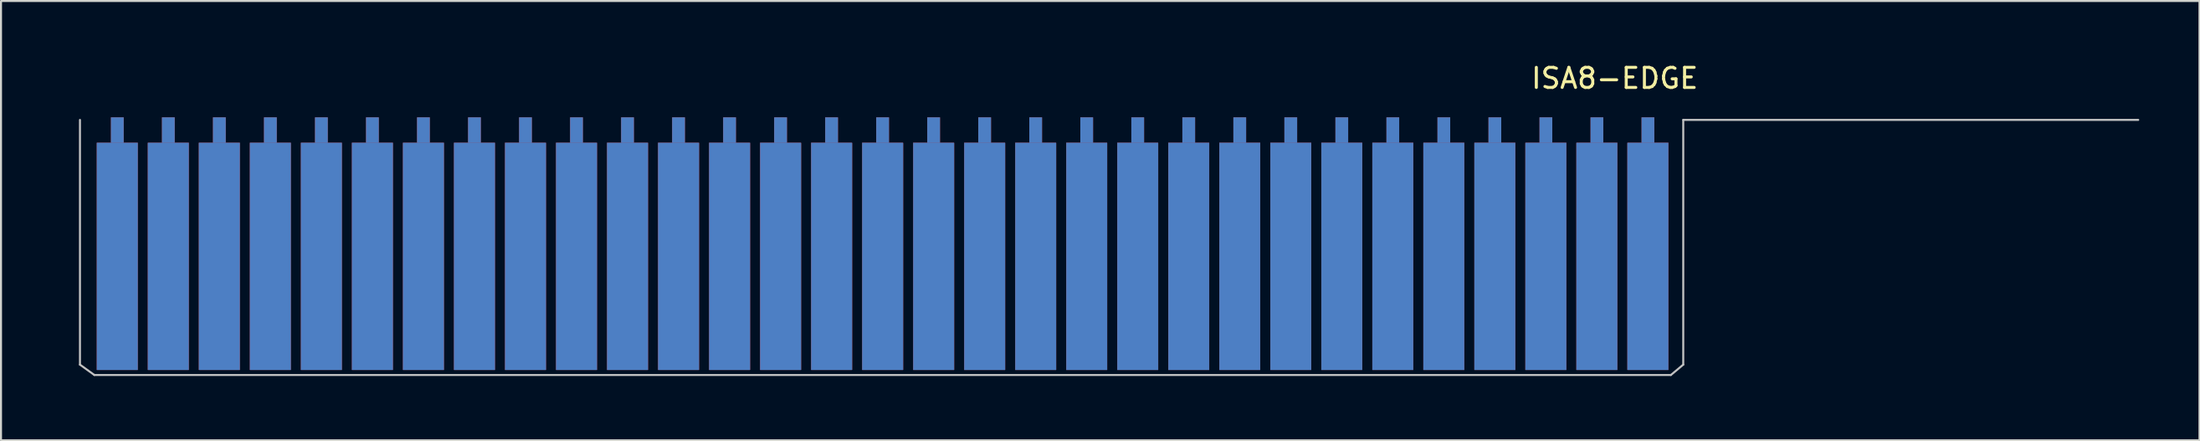
<source format=kicad_pcb>
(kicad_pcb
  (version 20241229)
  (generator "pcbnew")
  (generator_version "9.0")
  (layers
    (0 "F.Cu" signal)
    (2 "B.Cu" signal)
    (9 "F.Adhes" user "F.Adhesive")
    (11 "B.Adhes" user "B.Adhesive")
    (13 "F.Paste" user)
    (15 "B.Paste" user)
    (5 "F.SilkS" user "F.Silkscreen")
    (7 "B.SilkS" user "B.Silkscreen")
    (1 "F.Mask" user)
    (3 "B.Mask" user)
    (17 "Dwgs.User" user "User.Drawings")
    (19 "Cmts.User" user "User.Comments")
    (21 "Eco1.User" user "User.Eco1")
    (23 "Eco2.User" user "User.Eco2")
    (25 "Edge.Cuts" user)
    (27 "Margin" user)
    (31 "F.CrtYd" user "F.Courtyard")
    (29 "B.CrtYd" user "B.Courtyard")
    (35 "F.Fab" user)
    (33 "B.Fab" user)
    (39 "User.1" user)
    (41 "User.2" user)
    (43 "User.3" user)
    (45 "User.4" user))
  (footprint "ISA8-EDGE"
    (layer "F.Cu")
    (at 0.25 15.619)
    (property "Reference" "ISA8-EDGE" (at 77.089 -14.771 0) (layer "F.SilkS") (effects (font (size 1 1) (thickness 0.15))))
    (attr smd)
    (fp_poly (pts (xy 1.524 -11.557) (xy 3.556 -11.557) (xy 3.556 -0.254) (xy 1.524 -0.254)) (stroke (width 0.01) (type solid)) (fill yes) (layer "F.Cu"))
    (fp_poly (pts (xy 4.064 -11.557) (xy 6.096 -11.557) (xy 6.096 -0.254) (xy 4.064 -0.254)) (stroke (width 0.01) (type solid)) (fill yes) (layer "F.Cu"))
    (fp_poly (pts (xy 6.604 -11.557) (xy 8.636 -11.557) (xy 8.636 -0.254) (xy 6.604 -0.254)) (stroke (width 0.01) (type solid)) (fill yes) (layer "F.Cu"))
    (fp_poly (pts (xy 9.144 -11.557) (xy 11.176 -11.557) (xy 11.176 -0.254) (xy 9.144 -0.254)) (stroke (width 0.01) (type solid)) (fill yes) (layer "F.Cu"))
    (fp_poly (pts (xy 11.684 -11.557) (xy 13.716 -11.557) (xy 13.716 -0.254) (xy 11.684 -0.254)) (stroke (width 0.01) (type solid)) (fill yes) (layer "F.Cu"))
    (fp_poly (pts (xy 14.224 -11.557) (xy 16.256 -11.557) (xy 16.256 -0.254) (xy 14.224 -0.254)) (stroke (width 0.01) (type solid)) (fill yes) (layer "F.Cu"))
    (fp_poly (pts (xy 16.764 -11.557) (xy 18.796 -11.557) (xy 18.796 -0.254) (xy 16.764 -0.254)) (stroke (width 0.01) (type solid)) (fill yes) (layer "F.Cu"))
    (fp_poly (pts (xy 19.304 -11.557) (xy 21.336 -11.557) (xy 21.336 -0.254) (xy 19.304 -0.254)) (stroke (width 0.01) (type solid)) (fill yes) (layer "F.Cu"))
    (fp_poly (pts (xy 21.844 -11.557) (xy 23.876 -11.557) (xy 23.876 -0.254) (xy 21.844 -0.254)) (stroke (width 0.01) (type solid)) (fill yes) (layer "F.Cu"))
    (fp_poly (pts (xy 24.384 -11.557) (xy 26.416 -11.557) (xy 26.416 -0.254) (xy 24.384 -0.254)) (stroke (width 0.01) (type solid)) (fill yes) (layer "F.Cu"))
    (fp_poly (pts (xy 26.924 -11.557) (xy 28.956 -11.557) (xy 28.956 -0.254) (xy 26.924 -0.254)) (stroke (width 0.01) (type solid)) (fill yes) (layer "F.Cu"))
    (fp_poly (pts (xy 29.464 -11.557) (xy 31.496 -11.557) (xy 31.496 -0.254) (xy 29.464 -0.254)) (stroke (width 0.01) (type solid)) (fill yes) (layer "F.Cu"))
    (fp_poly (pts (xy 32.004 -11.557) (xy 34.036 -11.557) (xy 34.036 -0.254) (xy 32.004 -0.254)) (stroke (width 0.01) (type solid)) (fill yes) (layer "F.Cu"))
    (fp_poly (pts (xy 34.544 -11.557) (xy 36.576 -11.557) (xy 36.576 -0.254) (xy 34.544 -0.254)) (stroke (width 0.01) (type solid)) (fill yes) (layer "F.Cu"))
    (fp_poly (pts (xy 37.084 -11.557) (xy 39.116 -11.557) (xy 39.116 -0.254) (xy 37.084 -0.254)) (stroke (width 0.01) (type solid)) (fill yes) (layer "F.Cu"))
    (fp_poly (pts (xy 39.624 -11.557) (xy 41.656 -11.557) (xy 41.656 -0.254) (xy 39.624 -0.254)) (stroke (width 0.01) (type solid)) (fill yes) (layer "F.Cu"))
    (fp_poly (pts (xy 42.164 -11.557) (xy 44.196 -11.557) (xy 44.196 -0.254) (xy 42.164 -0.254)) (stroke (width 0.01) (type solid)) (fill yes) (layer "F.Cu"))
    (fp_poly (pts (xy 44.704 -11.557) (xy 46.736 -11.557) (xy 46.736 -0.254) (xy 44.704 -0.254)) (stroke (width 0.01) (type solid)) (fill yes) (layer "F.Cu"))
    (fp_poly (pts (xy 47.244 -11.557) (xy 49.276 -11.557) (xy 49.276 -0.254) (xy 47.244 -0.254)) (stroke (width 0.01) (type solid)) (fill yes) (layer "F.Cu"))
    (fp_poly (pts (xy 49.784 -11.557) (xy 51.816 -11.557) (xy 51.816 -0.254) (xy 49.784 -0.254)) (stroke (width 0.01) (type solid)) (fill yes) (layer "F.Cu"))
    (fp_poly (pts (xy 52.324 -11.557) (xy 54.356 -11.557) (xy 54.356 -0.254) (xy 52.324 -0.254)) (stroke (width 0.01) (type solid)) (fill yes) (layer "F.Cu"))
    (fp_poly (pts (xy 54.864 -11.557) (xy 56.896 -11.557) (xy 56.896 -0.254) (xy 54.864 -0.254)) (stroke (width 0.01) (type solid)) (fill yes) (layer "F.Cu"))
    (fp_poly (pts (xy 57.404 -11.557) (xy 59.436 -11.557) (xy 59.436 -0.254) (xy 57.404 -0.254)) (stroke (width 0.01) (type solid)) (fill yes) (layer "F.Cu"))
    (fp_poly (pts (xy 59.944 -11.557) (xy 61.976 -11.557) (xy 61.976 -0.254) (xy 59.944 -0.254)) (stroke (width 0.01) (type solid)) (fill yes) (layer "F.Cu"))
    (fp_poly (pts (xy 62.484 -11.557) (xy 64.516 -11.557) (xy 64.516 -0.254) (xy 62.484 -0.254)) (stroke (width 0.01) (type solid)) (fill yes) (layer "F.Cu"))
    (fp_poly (pts (xy 65.024 -11.557) (xy 67.056 -11.557) (xy 67.056 -0.254) (xy 65.024 -0.254)) (stroke (width 0.01) (type solid)) (fill yes) (layer "F.Cu"))
    (fp_poly (pts (xy 67.564 -11.557) (xy 69.596 -11.557) (xy 69.596 -0.254) (xy 67.564 -0.254)) (stroke (width 0.01) (type solid)) (fill yes) (layer "F.Cu"))
    (fp_poly (pts (xy 70.104 -11.557) (xy 72.136 -11.557) (xy 72.136 -0.254) (xy 70.104 -0.254)) (stroke (width 0.01) (type solid)) (fill yes) (layer "F.Cu"))
    (fp_poly (pts (xy 72.644 -11.557) (xy 74.676 -11.557) (xy 74.676 -0.254) (xy 72.644 -0.254)) (stroke (width 0.01) (type solid)) (fill yes) (layer "F.Cu"))
    (fp_poly (pts (xy 75.184 -11.557) (xy 77.216 -11.557) (xy 77.216 -0.254) (xy 75.184 -0.254)) (stroke (width 0.01) (type solid)) (fill yes) (layer "F.Cu"))
    (fp_poly (pts (xy 77.724 -11.557) (xy 79.756 -11.557) (xy 79.756 -0.254) (xy 77.724 -0.254)) (stroke (width 0.01) (type solid)) (fill yes) (layer "F.Cu"))
    (fp_poly (pts (xy 0.68 -11.557) (xy 80.5 -11.557) (xy 80.5 0) (xy 0.68 0)) (stroke (width 0.01) (type solid)) (fill yes) (layer "F.Mask"))
    (fp_poly (pts (xy 1.524 -11.557) (xy 3.556 -11.557) (xy 3.556 -0.254) (xy 1.524 -0.254)) (stroke (width 0.01) (type solid)) (fill yes) (layer "B.Cu"))
    (fp_poly (pts (xy 4.064 -11.557) (xy 6.096 -11.557) (xy 6.096 -0.254) (xy 4.064 -0.254)) (stroke (width 0.01) (type solid)) (fill yes) (layer "B.Cu"))
    (fp_poly (pts (xy 6.604 -11.557) (xy 8.636 -11.557) (xy 8.636 -0.254) (xy 6.604 -0.254)) (stroke (width 0.01) (type solid)) (fill yes) (layer "B.Cu"))
    (fp_poly (pts (xy 9.144 -11.557) (xy 11.176 -11.557) (xy 11.176 -0.254) (xy 9.144 -0.254)) (stroke (width 0.01) (type solid)) (fill yes) (layer "B.Cu"))
    (fp_poly (pts (xy 11.684 -11.557) (xy 13.716 -11.557) (xy 13.716 -0.254) (xy 11.684 -0.254)) (stroke (width 0.01) (type solid)) (fill yes) (layer "B.Cu"))
    (fp_poly (pts (xy 14.224 -11.557) (xy 16.256 -11.557) (xy 16.256 -0.254) (xy 14.224 -0.254)) (stroke (width 0.01) (type solid)) (fill yes) (layer "B.Cu"))
    (fp_poly (pts (xy 16.764 -11.557) (xy 18.796 -11.557) (xy 18.796 -0.254) (xy 16.764 -0.254)) (stroke (width 0.01) (type solid)) (fill yes) (layer "B.Cu"))
    (fp_poly (pts (xy 19.304 -11.557) (xy 21.336 -11.557) (xy 21.336 -0.254) (xy 19.304 -0.254)) (stroke (width 0.01) (type solid)) (fill yes) (layer "B.Cu"))
    (fp_poly (pts (xy 21.844 -11.557) (xy 23.876 -11.557) (xy 23.876 -0.254) (xy 21.844 -0.254)) (stroke (width 0.01) (type solid)) (fill yes) (layer "B.Cu"))
    (fp_poly (pts (xy 24.384 -11.557) (xy 26.416 -11.557) (xy 26.416 -0.254) (xy 24.384 -0.254)) (stroke (width 0.01) (type solid)) (fill yes) (layer "B.Cu"))
    (fp_poly (pts (xy 26.924 -11.557) (xy 28.956 -11.557) (xy 28.956 -0.254) (xy 26.924 -0.254)) (stroke (width 0.01) (type solid)) (fill yes) (layer "B.Cu"))
    (fp_poly (pts (xy 29.464 -11.557) (xy 31.496 -11.557) (xy 31.496 -0.254) (xy 29.464 -0.254)) (stroke (width 0.01) (type solid)) (fill yes) (layer "B.Cu"))
    (fp_poly (pts (xy 32.004 -11.557) (xy 34.036 -11.557) (xy 34.036 -0.254) (xy 32.004 -0.254)) (stroke (width 0.01) (type solid)) (fill yes) (layer "B.Cu"))
    (fp_poly (pts (xy 34.544 -11.557) (xy 36.576 -11.557) (xy 36.576 -0.254) (xy 34.544 -0.254)) (stroke (width 0.01) (type solid)) (fill yes) (layer "B.Cu"))
    (fp_poly (pts (xy 37.084 -11.557) (xy 39.116 -11.557) (xy 39.116 -0.254) (xy 37.084 -0.254)) (stroke (width 0.01) (type solid)) (fill yes) (layer "B.Cu"))
    (fp_poly (pts (xy 39.624 -11.557) (xy 41.656 -11.557) (xy 41.656 -0.254) (xy 39.624 -0.254)) (stroke (width 0.01) (type solid)) (fill yes) (layer "B.Cu"))
    (fp_poly (pts (xy 42.164 -11.557) (xy 44.196 -11.557) (xy 44.196 -0.254) (xy 42.164 -0.254)) (stroke (width 0.01) (type solid)) (fill yes) (layer "B.Cu"))
    (fp_poly (pts (xy 44.704 -11.557) (xy 46.736 -11.557) (xy 46.736 -0.254) (xy 44.704 -0.254)) (stroke (width 0.01) (type solid)) (fill yes) (layer "B.Cu"))
    (fp_poly (pts (xy 47.244 -11.557) (xy 49.276 -11.557) (xy 49.276 -0.254) (xy 47.244 -0.254)) (stroke (width 0.01) (type solid)) (fill yes) (layer "B.Cu"))
    (fp_poly (pts (xy 49.784 -11.557) (xy 51.816 -11.557) (xy 51.816 -0.254) (xy 49.784 -0.254)) (stroke (width 0.01) (type solid)) (fill yes) (layer "B.Cu"))
    (fp_poly (pts (xy 52.324 -11.557) (xy 54.356 -11.557) (xy 54.356 -0.254) (xy 52.324 -0.254)) (stroke (width 0.01) (type solid)) (fill yes) (layer "B.Cu"))
    (fp_poly (pts (xy 54.864 -11.557) (xy 56.896 -11.557) (xy 56.896 -0.254) (xy 54.864 -0.254)) (stroke (width 0.01) (type solid)) (fill yes) (layer "B.Cu"))
    (fp_poly (pts (xy 57.404 -11.557) (xy 59.436 -11.557) (xy 59.436 -0.254) (xy 57.404 -0.254)) (stroke (width 0.01) (type solid)) (fill yes) (layer "B.Cu"))
    (fp_poly (pts (xy 59.944 -11.557) (xy 61.976 -11.557) (xy 61.976 -0.254) (xy 59.944 -0.254)) (stroke (width 0.01) (type solid)) (fill yes) (layer "B.Cu"))
    (fp_poly (pts (xy 62.484 -11.557) (xy 64.516 -11.557) (xy 64.516 -0.254) (xy 62.484 -0.254)) (stroke (width 0.01) (type solid)) (fill yes) (layer "B.Cu"))
    (fp_poly (pts (xy 65.024 -11.557) (xy 67.056 -11.557) (xy 67.056 -0.254) (xy 65.024 -0.254)) (stroke (width 0.01) (type solid)) (fill yes) (layer "B.Cu"))
    (fp_poly (pts (xy 67.564 -11.557) (xy 69.596 -11.557) (xy 69.596 -0.254) (xy 67.564 -0.254)) (stroke (width 0.01) (type solid)) (fill yes) (layer "B.Cu"))
    (fp_poly (pts (xy 70.104 -11.557) (xy 72.136 -11.557) (xy 72.136 -0.254) (xy 70.104 -0.254)) (stroke (width 0.01) (type solid)) (fill yes) (layer "B.Cu"))
    (fp_poly (pts (xy 72.644 -11.557) (xy 74.676 -11.557) (xy 74.676 -0.254) (xy 72.644 -0.254)) (stroke (width 0.01) (type solid)) (fill yes) (layer "B.Cu"))
    (fp_poly (pts (xy 75.184 -11.557) (xy 77.216 -11.557) (xy 77.216 -0.254) (xy 75.184 -0.254)) (stroke (width 0.01) (type solid)) (fill yes) (layer "B.Cu"))
    (fp_poly (pts (xy 77.724 -11.557) (xy 79.756 -11.557) (xy 79.756 -0.254) (xy 77.724 -0.254)) (stroke (width 0.01) (type solid)) (fill yes) (layer "B.Cu"))
    (fp_poly (pts (xy 0.68 -11.55) (xy 80.5 -11.55) (xy 80.5 0) (xy 0.68 0)) (stroke (width 0.01) (type solid)) (fill yes) (layer "B.Mask"))
    (fp_line (start 0.681 -12.7) (end 0.681 -0.516) (stroke (width 0.1) (type solid)) (layer "Dwgs.User"))
    (fp_line (start 0.681 -0.516) (end 1.397 0) (stroke (width 0.1) (type solid)) (layer "Dwgs.User"))
    (fp_line (start 1.397 0) (end 79.883 0) (stroke (width 0.1) (type solid)) (layer "Dwgs.User"))
    (fp_line (start 80.499 -12.7) (end 103.15 -12.7) (stroke (width 0.1) (type solid)) (layer "Dwgs.User"))
    (fp_line (start 80.499 -0.516) (end 79.883 0) (stroke (width 0.1) (type solid)) (layer "Dwgs.User"))
    (fp_line (start 80.499 -0.516) (end 80.499 -12.7) (stroke (width 0.1) (type solid)) (layer "Dwgs.User"))
    (pad "A1" smd rect (at 78.74 -12.192 90) (size 1.27 0.635) (layers "F.Cu" "F.Mask" "F.Paste"))
    (pad "A2" smd rect (at 76.2 -12.192 90) (size 1.27 0.635) (layers "F.Cu" "F.Mask" "F.Paste"))
    (pad "A3" smd rect (at 73.66 -12.192 90) (size 1.27 0.635) (layers "F.Cu" "F.Mask" "F.Paste"))
    (pad "A4" smd rect (at 71.12 -12.192 90) (size 1.27 0.635) (layers "F.Cu" "F.Mask" "F.Paste"))
    (pad "A5" smd rect (at 68.58 -12.192 90) (size 1.27 0.635) (layers "F.Cu" "F.Mask" "F.Paste"))
    (pad "A6" smd rect (at 66.04 -12.192 90) (size 1.27 0.635) (layers "F.Cu" "F.Mask" "F.Paste"))
    (pad "A7" smd rect (at 63.5 -12.192 90) (size 1.27 0.635) (layers "F.Cu" "F.Mask" "F.Paste"))
    (pad "A8" smd rect (at 60.96 -12.192 90) (size 1.27 0.635) (layers "F.Cu" "F.Mask" "F.Paste"))
    (pad "A9" smd rect (at 58.42 -12.192 90) (size 1.27 0.635) (layers "F.Cu" "F.Mask" "F.Paste"))
    (pad "A10" smd rect (at 55.88 -12.192 90) (size 1.27 0.635) (layers "F.Cu" "F.Mask" "F.Paste"))
    (pad "A11" smd rect (at 53.34 -12.192 90) (size 1.27 0.635) (layers "F.Cu" "F.Mask" "F.Paste"))
    (pad "A12" smd rect (at 50.8 -12.192 90) (size 1.27 0.635) (layers "F.Cu" "F.Mask" "F.Paste"))
    (pad "A13" smd rect (at 48.26 -12.192 90) (size 1.27 0.635) (layers "F.Cu" "F.Mask" "F.Paste"))
    (pad "A14" smd rect (at 45.72 -12.192 90) (size 1.27 0.635) (layers "F.Cu" "F.Mask" "F.Paste"))
    (pad "A15" smd rect (at 43.18 -12.192 90) (size 1.27 0.635) (layers "F.Cu" "F.Mask" "F.Paste"))
    (pad "A16" smd rect (at 40.64 -12.192 90) (size 1.27 0.635) (layers "F.Cu" "F.Mask" "F.Paste"))
    (pad "A17" smd rect (at 38.1 -12.192 90) (size 1.27 0.635) (layers "F.Cu" "F.Mask" "F.Paste"))
    (pad "A18" smd rect (at 35.56 -12.192 90) (size 1.27 0.635) (layers "F.Cu" "F.Mask" "F.Paste"))
    (pad "A19" smd rect (at 33.02 -12.192 90) (size 1.27 0.635) (layers "F.Cu" "F.Mask" "F.Paste"))
    (pad "A20" smd rect (at 30.48 -12.192 90) (size 1.27 0.635) (layers "F.Cu" "F.Mask" "F.Paste"))
    (pad "A21" smd rect (at 27.94 -12.192 90) (size 1.27 0.635) (layers "F.Cu" "F.Mask" "F.Paste"))
    (pad "A22" smd rect (at 25.4 -12.192 90) (size 1.27 0.635) (layers "F.Cu" "F.Mask" "F.Paste"))
    (pad "A23" smd rect (at 22.86 -12.192 90) (size 1.27 0.635) (layers "F.Cu" "F.Mask" "F.Paste"))
    (pad "A24" smd rect (at 20.32 -12.192 90) (size 1.27 0.635) (layers "F.Cu" "F.Mask" "F.Paste"))
    (pad "A25" smd rect (at 17.78 -12.192 90) (size 1.27 0.635) (layers "F.Cu" "F.Mask" "F.Paste"))
    (pad "A26" smd rect (at 15.24 -12.192 90) (size 1.27 0.635) (layers "F.Cu" "F.Mask" "F.Paste"))
    (pad "A27" smd rect (at 12.7 -12.192 90) (size 1.27 0.635) (layers "F.Cu" "F.Mask" "F.Paste"))
    (pad "A28" smd rect (at 10.16 -12.192 90) (size 1.27 0.635) (layers "F.Cu" "F.Mask" "F.Paste"))
    (pad "A29" smd rect (at 7.62 -12.192 90) (size 1.27 0.635) (layers "F.Cu" "F.Mask" "F.Paste"))
    (pad "A30" smd rect (at 5.08 -12.192 90) (size 1.27 0.635) (layers "F.Cu" "F.Mask" "F.Paste"))
    (pad "A31" smd rect (at 2.54 -12.192 90) (size 1.27 0.635) (layers "F.Cu" "F.Mask" "F.Paste"))
    (pad "B1" smd rect (at 78.74 -12.192 90) (size 1.27 0.635) (layers "B.Cu" "B.Mask" "B.Paste"))
    (pad "B2" smd rect (at 76.2 -12.192 90) (size 1.27 0.635) (layers "B.Cu" "B.Mask" "B.Paste"))
    (pad "B3" smd rect (at 73.66 -12.192 90) (size 1.27 0.635) (layers "B.Cu" "B.Mask" "B.Paste"))
    (pad "B4" smd rect (at 71.12 -12.192 90) (size 1.27 0.635) (layers "B.Cu" "B.Mask" "B.Paste"))
    (pad "B5" smd rect (at 68.58 -12.192 90) (size 1.27 0.635) (layers "B.Cu" "B.Mask" "B.Paste"))
    (pad "B6" smd rect (at 66.04 -12.192 90) (size 1.27 0.635) (layers "B.Cu" "B.Mask" "B.Paste"))
    (pad "B7" smd rect (at 63.5 -12.192 90) (size 1.27 0.635) (layers "B.Cu" "B.Mask" "B.Paste"))
    (pad "B8" smd rect (at 60.96 -12.192 90) (size 1.27 0.635) (layers "B.Cu" "B.Mask" "B.Paste"))
    (pad "B9" smd rect (at 58.42 -12.192 90) (size 1.27 0.635) (layers "B.Cu" "B.Mask" "B.Paste"))
    (pad "B10" smd rect (at 55.88 -12.192 90) (size 1.27 0.635) (layers "B.Cu" "B.Mask" "B.Paste"))
    (pad "B11" smd rect (at 53.34 -12.192 90) (size 1.27 0.635) (layers "B.Cu" "B.Mask" "B.Paste"))
    (pad "B12" smd rect (at 50.8 -12.192 90) (size 1.27 0.635) (layers "B.Cu" "B.Mask" "B.Paste"))
    (pad "B13" smd rect (at 48.26 -12.192 90) (size 1.27 0.635) (layers "B.Cu" "B.Mask" "B.Paste"))
    (pad "B14" smd rect (at 45.72 -12.192 90) (size 1.27 0.635) (layers "B.Cu" "B.Mask" "B.Paste"))
    (pad "B15" smd rect (at 43.18 -12.192 90) (size 1.27 0.635) (layers "B.Cu" "B.Mask" "B.Paste"))
    (pad "B16" smd rect (at 40.64 -12.192 90) (size 1.27 0.635) (layers "B.Cu" "B.Mask" "B.Paste"))
    (pad "B17" smd rect (at 38.1 -12.192 90) (size 1.27 0.635) (layers "B.Cu" "B.Mask" "B.Paste"))
    (pad "B18" smd rect (at 35.56 -12.192 90) (size 1.27 0.635) (layers "B.Cu" "B.Mask" "B.Paste"))
    (pad "B19" smd rect (at 33.02 -12.192 90) (size 1.27 0.635) (layers "B.Cu" "B.Mask" "B.Paste"))
    (pad "B20" smd rect (at 30.48 -12.192 90) (size 1.27 0.635) (layers "B.Cu" "B.Mask" "B.Paste"))
    (pad "B21" smd rect (at 27.94 -12.192 90) (size 1.27 0.635) (layers "B.Cu" "B.Mask" "B.Paste"))
    (pad "B22" smd rect (at 25.4 -12.192 90) (size 1.27 0.635) (layers "B.Cu" "B.Mask" "B.Paste"))
    (pad "B23" smd rect (at 22.86 -12.192 90) (size 1.27 0.635) (layers "B.Cu" "B.Mask" "B.Paste"))
    (pad "B24" smd rect (at 20.32 -12.192 90) (size 1.27 0.635) (layers "B.Cu" "B.Mask" "B.Paste"))
    (pad "B25" smd rect (at 17.78 -12.192 90) (size 1.27 0.635) (layers "B.Cu" "B.Mask" "B.Paste"))
    (pad "B26" smd rect (at 15.24 -12.192 90) (size 1.27 0.635) (layers "B.Cu" "B.Mask" "B.Paste"))
    (pad "B27" smd rect (at 12.7 -12.192 90) (size 1.27 0.635) (layers "B.Cu" "B.Mask" "B.Paste"))
    (pad "B28" smd rect (at 10.16 -12.192 90) (size 1.27 0.635) (layers "B.Cu" "B.Mask" "B.Paste"))
    (pad "B29" smd rect (at 7.62 -12.192 90) (size 1.27 0.635) (layers "B.Cu" "B.Mask" "B.Paste"))
    (pad "B30" smd rect (at 5.08 -12.192 90) (size 1.27 0.635) (layers "B.Cu" "B.Mask" "B.Paste"))
    (pad "B31" smd rect (at 2.54 -12.192 90) (size 1.27 0.635) (layers "B.Cu" "B.Mask" "B.Paste")))
  (gr_rect
    (start -3 -3)
    (end 106.45 18.869)
    (stroke (width 0.1) (type default))
    (fill no)
    (layer "Edge.Cuts")))
</source>
